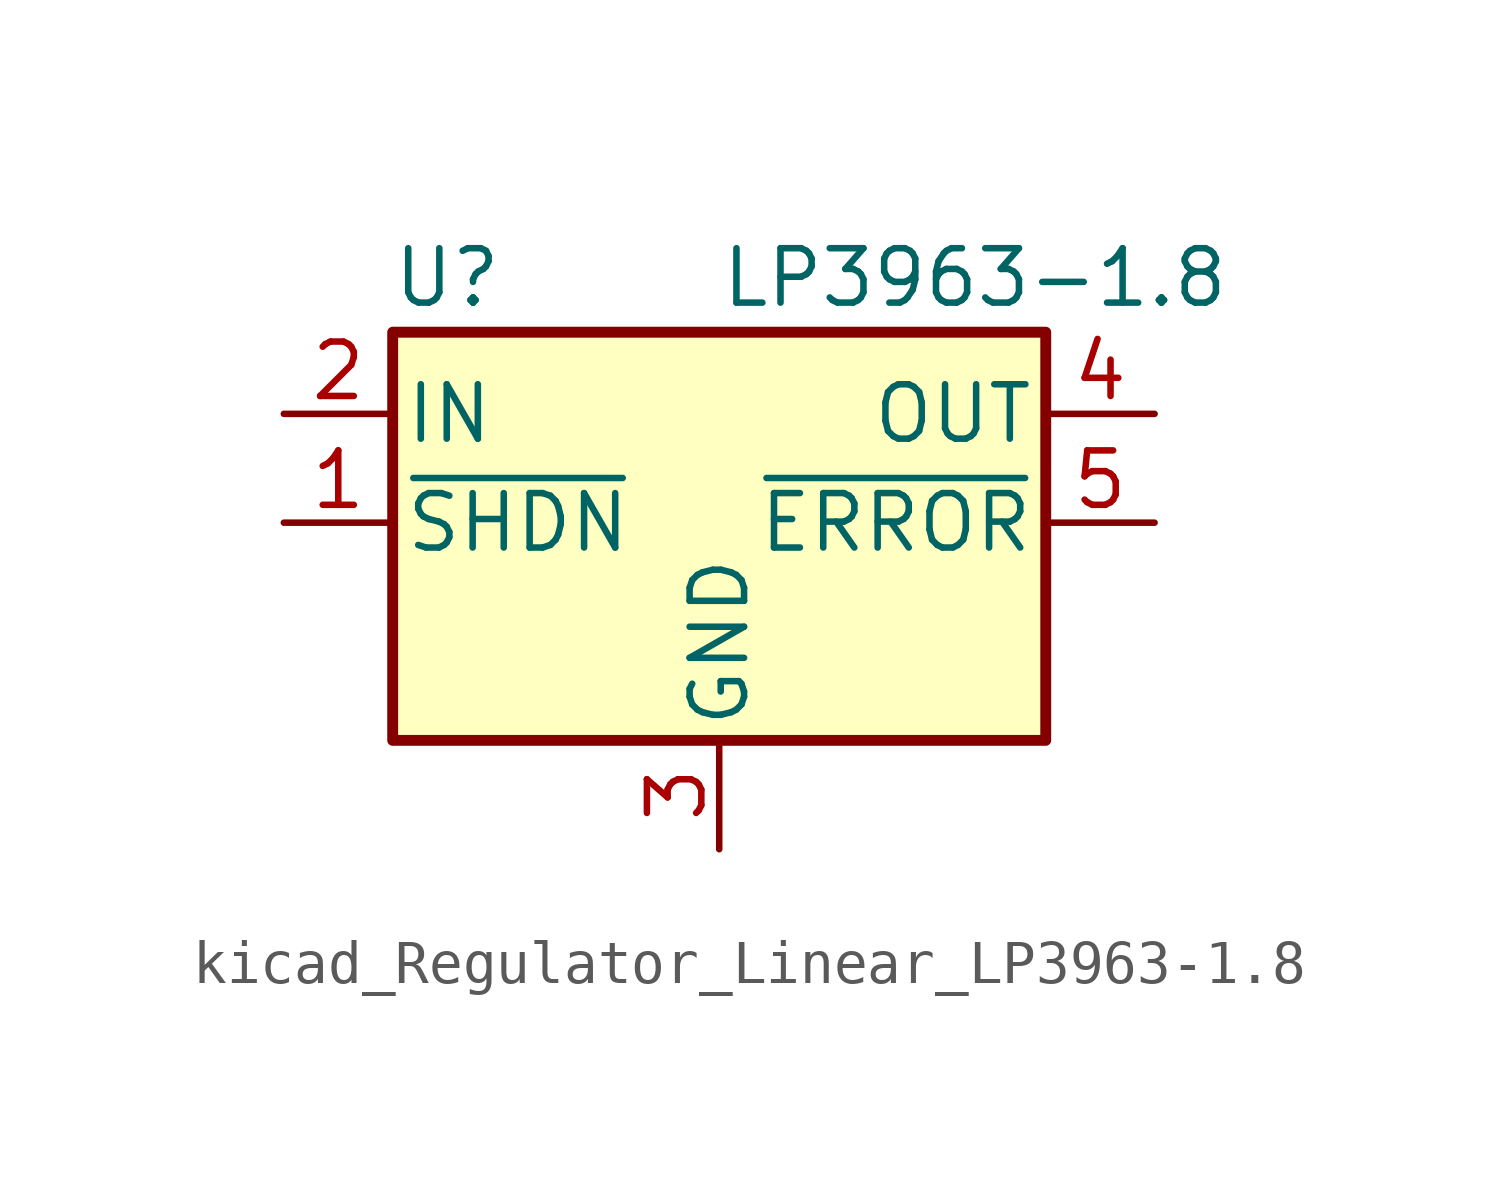
<source format=kicad_sym>
(kicad_symbol_lib
  (version 20220914)
  (generator kicad_symbol_editor)
  (symbol "kicad_Regulator_Linear_LP3963-1.8"
    (pin_names
      (offset 0.254))
    (property "Reference" "U"
      (at -6.35 5.715 0)
      (effects (font (size 1.27 1.27))))
    (property "Value" "LP3963-1.8"
      (at 0 5.715 0)
      (effects (font (size 1.27 1.27)) (justify left)))
    (symbol "kicad_Regulator_Linear_LP3963-1.8_0_1"
      (rectangle (start -7.62 -5.08) (end 7.62 4.445) (stroke (width 0.254) (type default)) (fill (type background))))
    (symbol "kicad_Regulator_Linear_LP3963-1.8_1_1"
      (pin input line (at -10.16 0 0) (length 2.54) (name "~{SHDN}" (effects (font (size 1.27 1.27)))) (number "1" (effects (font (size 1.27 1.27)))))
      (pin power_in line (at -10.16 2.54 0) (length 2.54) (name "IN" (effects (font (size 1.27 1.27)))) (number "2" (effects (font (size 1.27 1.27)))))
      (pin power_in line (at 0 -7.62 90) (length 2.54) (name "GND" (effects (font (size 1.27 1.27)))) (number "3" (effects (font (size 1.27 1.27)))))
      (pin power_out line (at 10.16 2.54 180) (length 2.54) (name "OUT" (effects (font (size 1.27 1.27)))) (number "4" (effects (font (size 1.27 1.27)))))
      (pin output line (at 10.16 0 180) (length 2.54) (name "~{ERROR}" (effects (font (size 1.27 1.27)))) (number "5" (effects (font (size 1.27 1.27))))))))
</source>
